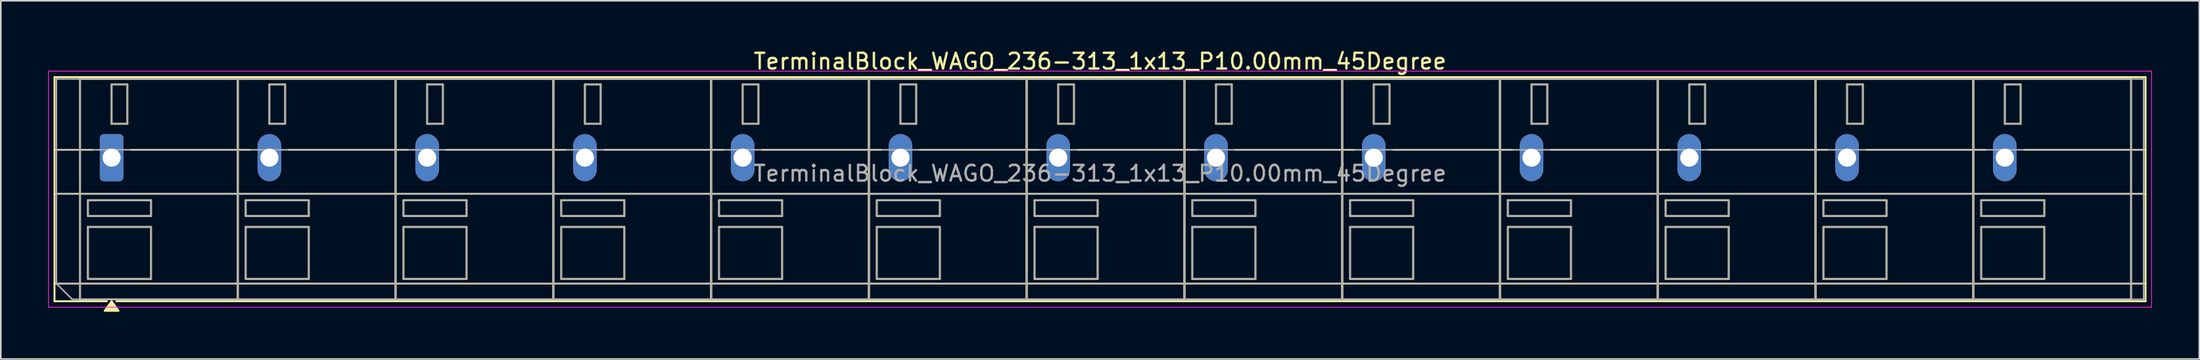
<source format=kicad_pcb>
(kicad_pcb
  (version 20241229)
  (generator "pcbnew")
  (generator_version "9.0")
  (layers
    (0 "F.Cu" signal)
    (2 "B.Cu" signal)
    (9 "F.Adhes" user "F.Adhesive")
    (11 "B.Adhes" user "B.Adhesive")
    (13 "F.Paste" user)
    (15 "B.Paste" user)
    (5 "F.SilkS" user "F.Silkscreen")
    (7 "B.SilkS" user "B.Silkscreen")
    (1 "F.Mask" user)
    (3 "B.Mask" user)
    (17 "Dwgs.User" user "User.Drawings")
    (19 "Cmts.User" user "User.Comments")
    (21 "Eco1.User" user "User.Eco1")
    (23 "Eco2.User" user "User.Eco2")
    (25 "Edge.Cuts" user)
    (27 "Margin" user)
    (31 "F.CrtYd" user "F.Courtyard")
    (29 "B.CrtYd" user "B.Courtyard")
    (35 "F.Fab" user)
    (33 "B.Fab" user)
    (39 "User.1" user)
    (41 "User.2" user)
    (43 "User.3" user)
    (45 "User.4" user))
  (footprint "TerminalBlock_WAGO_236-313_1x13_P10.00mm_45Degree"
    (layer "F.Cu")
    (at 4.025 6.968)
    (property "Reference" "TerminalBlock_WAGO_236-313_1x13_P10.00mm_45Degree" (at 62.65 -6.12 0) (layer "F.SilkS") (effects (font (size 1 1) (thickness 0.15))))
    (attr through_hole)
    (fp_line (start -3.62 -5.12) (end 128.92 -5.12) (stroke (width 0.12) (type solid)) (layer "F.SilkS"))
    (fp_line (start -3.62 -0.5) (end -1.23 -0.5) (stroke (width 0.12) (type solid)) (layer "F.SilkS"))
    (fp_line (start -3.62 2.3) (end 128.92 2.3) (stroke (width 0.12) (type solid)) (layer "F.SilkS"))
    (fp_line (start -3.62 8) (end 128.92 8) (stroke (width 0.12) (type solid)) (layer "F.SilkS"))
    (fp_line (start -3.62 9.12) (end -3.62 -5.12) (stroke (width 0.12) (type solid)) (layer "F.SilkS"))
    (fp_line (start -2 -5) (end 8 -5) (stroke (width 0.12) (type solid)) (layer "F.SilkS"))
    (fp_line (start -2 9) (end -2 -5) (stroke (width 0.12) (type solid)) (layer "F.SilkS"))
    (fp_line (start -1.5 2.7) (end 2.5 2.7) (stroke (width 0.12) (type solid)) (layer "F.SilkS"))
    (fp_line (start -1.5 3.7) (end -1.5 2.7) (stroke (width 0.12) (type solid)) (layer "F.SilkS"))
    (fp_line (start -1.5 4.4) (end 2.5 4.4) (stroke (width 0.12) (type solid)) (layer "F.SilkS"))
    (fp_line (start -1.5 7.7) (end -1.5 4.4) (stroke (width 0.12) (type solid)) (layer "F.SilkS"))
    (fp_line (start -0.3 9.12) (end -3.62 9.12) (stroke (width 0.12) (type solid)) (layer "F.SilkS"))
    (fp_line (start 0 -4.65) (end 1 -4.65) (stroke (width 0.12) (type solid)) (layer "F.SilkS"))
    (fp_line (start 0 -2.15) (end 0 -4.65) (stroke (width 0.12) (type solid)) (layer "F.SilkS"))
    (fp_line (start 1 -4.65) (end 1 -2.15) (stroke (width 0.12) (type solid)) (layer "F.SilkS"))
    (fp_line (start 1 -2.15) (end 0 -2.15) (stroke (width 0.12) (type solid)) (layer "F.SilkS"))
    (fp_line (start 1.23 -0.5) (end 8.77 -0.5) (stroke (width 0.12) (type solid)) (layer "F.SilkS"))
    (fp_line (start 2.5 2.7) (end 2.5 3.7) (stroke (width 0.12) (type solid)) (layer "F.SilkS"))
    (fp_line (start 2.5 3.7) (end -1.5 3.7) (stroke (width 0.12) (type solid)) (layer "F.SilkS"))
    (fp_line (start 2.5 4.4) (end 2.5 7.7) (stroke (width 0.12) (type solid)) (layer "F.SilkS"))
    (fp_line (start 2.5 7.7) (end -1.5 7.7) (stroke (width 0.12) (type solid)) (layer "F.SilkS"))
    (fp_line (start 8 -5) (end 8 9) (stroke (width 0.12) (type solid)) (layer "F.SilkS"))
    (fp_line (start 8 -5) (end 18 -5) (stroke (width 0.12) (type solid)) (layer "F.SilkS"))
    (fp_line (start 8 9) (end -2 9) (stroke (width 0.12) (type solid)) (layer "F.SilkS"))
    (fp_line (start 8 9) (end 8 -5) (stroke (width 0.12) (type solid)) (layer "F.SilkS"))
    (fp_line (start 8.5 2.7) (end 12.5 2.7) (stroke (width 0.12) (type solid)) (layer "F.SilkS"))
    (fp_line (start 8.5 3.7) (end 8.5 2.7) (stroke (width 0.12) (type solid)) (layer "F.SilkS"))
    (fp_line (start 8.5 4.4) (end 12.5 4.4) (stroke (width 0.12) (type solid)) (layer "F.SilkS"))
    (fp_line (start 8.5 7.7) (end 8.5 4.4) (stroke (width 0.12) (type solid)) (layer "F.SilkS"))
    (fp_line (start 10 -4.65) (end 11 -4.65) (stroke (width 0.12) (type solid)) (layer "F.SilkS"))
    (fp_line (start 10 -2.15) (end 10 -4.65) (stroke (width 0.12) (type solid)) (layer "F.SilkS"))
    (fp_line (start 11 -4.65) (end 11 -2.15) (stroke (width 0.12) (type solid)) (layer "F.SilkS"))
    (fp_line (start 11 -2.15) (end 10 -2.15) (stroke (width 0.12) (type solid)) (layer "F.SilkS"))
    (fp_line (start 11.23 -0.5) (end 18.77 -0.5) (stroke (width 0.12) (type solid)) (layer "F.SilkS"))
    (fp_line (start 12.5 2.7) (end 12.5 3.7) (stroke (width 0.12) (type solid)) (layer "F.SilkS"))
    (fp_line (start 12.5 3.7) (end 8.5 3.7) (stroke (width 0.12) (type solid)) (layer "F.SilkS"))
    (fp_line (start 12.5 4.4) (end 12.5 7.7) (stroke (width 0.12) (type solid)) (layer "F.SilkS"))
    (fp_line (start 12.5 7.7) (end 8.5 7.7) (stroke (width 0.12) (type solid)) (layer "F.SilkS"))
    (fp_line (start 18 -5) (end 18 9) (stroke (width 0.12) (type solid)) (layer "F.SilkS"))
    (fp_line (start 18 -5) (end 28 -5) (stroke (width 0.12) (type solid)) (layer "F.SilkS"))
    (fp_line (start 18 9) (end 8 9) (stroke (width 0.12) (type solid)) (layer "F.SilkS"))
    (fp_line (start 18 9) (end 18 -5) (stroke (width 0.12) (type solid)) (layer "F.SilkS"))
    (fp_line (start 18.5 2.7) (end 22.5 2.7) (stroke (width 0.12) (type solid)) (layer "F.SilkS"))
    (fp_line (start 18.5 3.7) (end 18.5 2.7) (stroke (width 0.12) (type solid)) (layer "F.SilkS"))
    (fp_line (start 18.5 4.4) (end 22.5 4.4) (stroke (width 0.12) (type solid)) (layer "F.SilkS"))
    (fp_line (start 18.5 7.7) (end 18.5 4.4) (stroke (width 0.12) (type solid)) (layer "F.SilkS"))
    (fp_line (start 20 -4.65) (end 21 -4.65) (stroke (width 0.12) (type solid)) (layer "F.SilkS"))
    (fp_line (start 20 -2.15) (end 20 -4.65) (stroke (width 0.12) (type solid)) (layer "F.SilkS"))
    (fp_line (start 21 -4.65) (end 21 -2.15) (stroke (width 0.12) (type solid)) (layer "F.SilkS"))
    (fp_line (start 21 -2.15) (end 20 -2.15) (stroke (width 0.12) (type solid)) (layer "F.SilkS"))
    (fp_line (start 21.23 -0.5) (end 28.77 -0.5) (stroke (width 0.12) (type solid)) (layer "F.SilkS"))
    (fp_line (start 22.5 2.7) (end 22.5 3.7) (stroke (width 0.12) (type solid)) (layer "F.SilkS"))
    (fp_line (start 22.5 3.7) (end 18.5 3.7) (stroke (width 0.12) (type solid)) (layer "F.SilkS"))
    (fp_line (start 22.5 4.4) (end 22.5 7.7) (stroke (width 0.12) (type solid)) (layer "F.SilkS"))
    (fp_line (start 22.5 7.7) (end 18.5 7.7) (stroke (width 0.12) (type solid)) (layer "F.SilkS"))
    (fp_line (start 28 -5) (end 28 9) (stroke (width 0.12) (type solid)) (layer "F.SilkS"))
    (fp_line (start 28 -5) (end 38 -5) (stroke (width 0.12) (type solid)) (layer "F.SilkS"))
    (fp_line (start 28 9) (end 18 9) (stroke (width 0.12) (type solid)) (layer "F.SilkS"))
    (fp_line (start 28 9) (end 28 -5) (stroke (width 0.12) (type solid)) (layer "F.SilkS"))
    (fp_line (start 28.5 2.7) (end 32.5 2.7) (stroke (width 0.12) (type solid)) (layer "F.SilkS"))
    (fp_line (start 28.5 3.7) (end 28.5 2.7) (stroke (width 0.12) (type solid)) (layer "F.SilkS"))
    (fp_line (start 28.5 4.4) (end 32.5 4.4) (stroke (width 0.12) (type solid)) (layer "F.SilkS"))
    (fp_line (start 28.5 7.7) (end 28.5 4.4) (stroke (width 0.12) (type solid)) (layer "F.SilkS"))
    (fp_line (start 30 -4.65) (end 31 -4.65) (stroke (width 0.12) (type solid)) (layer "F.SilkS"))
    (fp_line (start 30 -2.15) (end 30 -4.65) (stroke (width 0.12) (type solid)) (layer "F.SilkS"))
    (fp_line (start 31 -4.65) (end 31 -2.15) (stroke (width 0.12) (type solid)) (layer "F.SilkS"))
    (fp_line (start 31 -2.15) (end 30 -2.15) (stroke (width 0.12) (type solid)) (layer "F.SilkS"))
    (fp_line (start 31.23 -0.5) (end 38.77 -0.5) (stroke (width 0.12) (type solid)) (layer "F.SilkS"))
    (fp_line (start 32.5 2.7) (end 32.5 3.7) (stroke (width 0.12) (type solid)) (layer "F.SilkS"))
    (fp_line (start 32.5 3.7) (end 28.5 3.7) (stroke (width 0.12) (type solid)) (layer "F.SilkS"))
    (fp_line (start 32.5 4.4) (end 32.5 7.7) (stroke (width 0.12) (type solid)) (layer "F.SilkS"))
    (fp_line (start 32.5 7.7) (end 28.5 7.7) (stroke (width 0.12) (type solid)) (layer "F.SilkS"))
    (fp_line (start 38 -5) (end 38 9) (stroke (width 0.12) (type solid)) (layer "F.SilkS"))
    (fp_line (start 38 -5) (end 48 -5) (stroke (width 0.12) (type solid)) (layer "F.SilkS"))
    (fp_line (start 38 9) (end 28 9) (stroke (width 0.12) (type solid)) (layer "F.SilkS"))
    (fp_line (start 38 9) (end 38 -5) (stroke (width 0.12) (type solid)) (layer "F.SilkS"))
    (fp_line (start 38.5 2.7) (end 42.5 2.7) (stroke (width 0.12) (type solid)) (layer "F.SilkS"))
    (fp_line (start 38.5 3.7) (end 38.5 2.7) (stroke (width 0.12) (type solid)) (layer "F.SilkS"))
    (fp_line (start 38.5 4.4) (end 42.5 4.4) (stroke (width 0.12) (type solid)) (layer "F.SilkS"))
    (fp_line (start 38.5 7.7) (end 38.5 4.4) (stroke (width 0.12) (type solid)) (layer "F.SilkS"))
    (fp_line (start 40 -4.65) (end 41 -4.65) (stroke (width 0.12) (type solid)) (layer "F.SilkS"))
    (fp_line (start 40 -2.15) (end 40 -4.65) (stroke (width 0.12) (type solid)) (layer "F.SilkS"))
    (fp_line (start 41 -4.65) (end 41 -2.15) (stroke (width 0.12) (type solid)) (layer "F.SilkS"))
    (fp_line (start 41 -2.15) (end 40 -2.15) (stroke (width 0.12) (type solid)) (layer "F.SilkS"))
    (fp_line (start 41.23 -0.5) (end 48.77 -0.5) (stroke (width 0.12) (type solid)) (layer "F.SilkS"))
    (fp_line (start 42.5 2.7) (end 42.5 3.7) (stroke (width 0.12) (type solid)) (layer "F.SilkS"))
    (fp_line (start 42.5 3.7) (end 38.5 3.7) (stroke (width 0.12) (type solid)) (layer "F.SilkS"))
    (fp_line (start 42.5 4.4) (end 42.5 7.7) (stroke (width 0.12) (type solid)) (layer "F.SilkS"))
    (fp_line (start 42.5 7.7) (end 38.5 7.7) (stroke (width 0.12) (type solid)) (layer "F.SilkS"))
    (fp_line (start 48 -5) (end 48 9) (stroke (width 0.12) (type solid)) (layer "F.SilkS"))
    (fp_line (start 48 -5) (end 58 -5) (stroke (width 0.12) (type solid)) (layer "F.SilkS"))
    (fp_line (start 48 9) (end 38 9) (stroke (width 0.12) (type solid)) (layer "F.SilkS"))
    (fp_line (start 48 9) (end 48 -5) (stroke (width 0.12) (type solid)) (layer "F.SilkS"))
    (fp_line (start 48.5 2.7) (end 52.5 2.7) (stroke (width 0.12) (type solid)) (layer "F.SilkS"))
    (fp_line (start 48.5 3.7) (end 48.5 2.7) (stroke (width 0.12) (type solid)) (layer "F.SilkS"))
    (fp_line (start 48.5 4.4) (end 52.5 4.4) (stroke (width 0.12) (type solid)) (layer "F.SilkS"))
    (fp_line (start 48.5 7.7) (end 48.5 4.4) (stroke (width 0.12) (type solid)) (layer "F.SilkS"))
    (fp_line (start 50 -4.65) (end 51 -4.65) (stroke (width 0.12) (type solid)) (layer "F.SilkS"))
    (fp_line (start 50 -2.15) (end 50 -4.65) (stroke (width 0.12) (type solid)) (layer "F.SilkS"))
    (fp_line (start 51 -4.65) (end 51 -2.15) (stroke (width 0.12) (type solid)) (layer "F.SilkS"))
    (fp_line (start 51 -2.15) (end 50 -2.15) (stroke (width 0.12) (type solid)) (layer "F.SilkS"))
    (fp_line (start 51.23 -0.5) (end 58.77 -0.5) (stroke (width 0.12) (type solid)) (layer "F.SilkS"))
    (fp_line (start 52.5 2.7) (end 52.5 3.7) (stroke (width 0.12) (type solid)) (layer "F.SilkS"))
    (fp_line (start 52.5 3.7) (end 48.5 3.7) (stroke (width 0.12) (type solid)) (layer "F.SilkS"))
    (fp_line (start 52.5 4.4) (end 52.5 7.7) (stroke (width 0.12) (type solid)) (layer "F.SilkS"))
    (fp_line (start 52.5 7.7) (end 48.5 7.7) (stroke (width 0.12) (type solid)) (layer "F.SilkS"))
    (fp_line (start 58 -5) (end 58 9) (stroke (width 0.12) (type solid)) (layer "F.SilkS"))
    (fp_line (start 58 -5) (end 68 -5) (stroke (width 0.12) (type solid)) (layer "F.SilkS"))
    (fp_line (start 58 9) (end 48 9) (stroke (width 0.12) (type solid)) (layer "F.SilkS"))
    (fp_line (start 58 9) (end 58 -5) (stroke (width 0.12) (type solid)) (layer "F.SilkS"))
    (fp_line (start 58.5 2.7) (end 62.5 2.7) (stroke (width 0.12) (type solid)) (layer "F.SilkS"))
    (fp_line (start 58.5 3.7) (end 58.5 2.7) (stroke (width 0.12) (type solid)) (layer "F.SilkS"))
    (fp_line (start 58.5 4.4) (end 62.5 4.4) (stroke (width 0.12) (type solid)) (layer "F.SilkS"))
    (fp_line (start 58.5 7.7) (end 58.5 4.4) (stroke (width 0.12) (type solid)) (layer "F.SilkS"))
    (fp_line (start 60 -4.65) (end 61 -4.65) (stroke (width 0.12) (type solid)) (layer "F.SilkS"))
    (fp_line (start 60 -2.15) (end 60 -4.65) (stroke (width 0.12) (type solid)) (layer "F.SilkS"))
    (fp_line (start 61 -4.65) (end 61 -2.15) (stroke (width 0.12) (type solid)) (layer "F.SilkS"))
    (fp_line (start 61 -2.15) (end 60 -2.15) (stroke (width 0.12) (type solid)) (layer "F.SilkS"))
    (fp_line (start 61.23 -0.5) (end 68.77 -0.5) (stroke (width 0.12) (type solid)) (layer "F.SilkS"))
    (fp_line (start 62.5 2.7) (end 62.5 3.7) (stroke (width 0.12) (type solid)) (layer "F.SilkS"))
    (fp_line (start 62.5 3.7) (end 58.5 3.7) (stroke (width 0.12) (type solid)) (layer "F.SilkS"))
    (fp_line (start 62.5 4.4) (end 62.5 7.7) (stroke (width 0.12) (type solid)) (layer "F.SilkS"))
    (fp_line (start 62.5 7.7) (end 58.5 7.7) (stroke (width 0.12) (type solid)) (layer "F.SilkS"))
    (fp_line (start 68 -5) (end 68 9) (stroke (width 0.12) (type solid)) (layer "F.SilkS"))
    (fp_line (start 68 -5) (end 78 -5) (stroke (width 0.12) (type solid)) (layer "F.SilkS"))
    (fp_line (start 68 9) (end 58 9) (stroke (width 0.12) (type solid)) (layer "F.SilkS"))
    (fp_line (start 68 9) (end 68 -5) (stroke (width 0.12) (type solid)) (layer "F.SilkS"))
    (fp_line (start 68.5 2.7) (end 72.5 2.7) (stroke (width 0.12) (type solid)) (layer "F.SilkS"))
    (fp_line (start 68.5 3.7) (end 68.5 2.7) (stroke (width 0.12) (type solid)) (layer "F.SilkS"))
    (fp_line (start 68.5 4.4) (end 72.5 4.4) (stroke (width 0.12) (type solid)) (layer "F.SilkS"))
    (fp_line (start 68.5 7.7) (end 68.5 4.4) (stroke (width 0.12) (type solid)) (layer "F.SilkS"))
    (fp_line (start 70 -4.65) (end 71 -4.65) (stroke (width 0.12) (type solid)) (layer "F.SilkS"))
    (fp_line (start 70 -2.15) (end 70 -4.65) (stroke (width 0.12) (type solid)) (layer "F.SilkS"))
    (fp_line (start 71 -4.65) (end 71 -2.15) (stroke (width 0.12) (type solid)) (layer "F.SilkS"))
    (fp_line (start 71 -2.15) (end 70 -2.15) (stroke (width 0.12) (type solid)) (layer "F.SilkS"))
    (fp_line (start 71.23 -0.5) (end 78.77 -0.5) (stroke (width 0.12) (type solid)) (layer "F.SilkS"))
    (fp_line (start 72.5 2.7) (end 72.5 3.7) (stroke (width 0.12) (type solid)) (layer "F.SilkS"))
    (fp_line (start 72.5 3.7) (end 68.5 3.7) (stroke (width 0.12) (type solid)) (layer "F.SilkS"))
    (fp_line (start 72.5 4.4) (end 72.5 7.7) (stroke (width 0.12) (type solid)) (layer "F.SilkS"))
    (fp_line (start 72.5 7.7) (end 68.5 7.7) (stroke (width 0.12) (type solid)) (layer "F.SilkS"))
    (fp_line (start 78 -5) (end 78 9) (stroke (width 0.12) (type solid)) (layer "F.SilkS"))
    (fp_line (start 78 -5) (end 88 -5) (stroke (width 0.12) (type solid)) (layer "F.SilkS"))
    (fp_line (start 78 9) (end 68 9) (stroke (width 0.12) (type solid)) (layer "F.SilkS"))
    (fp_line (start 78 9) (end 78 -5) (stroke (width 0.12) (type solid)) (layer "F.SilkS"))
    (fp_line (start 78.5 2.7) (end 82.5 2.7) (stroke (width 0.12) (type solid)) (layer "F.SilkS"))
    (fp_line (start 78.5 3.7) (end 78.5 2.7) (stroke (width 0.12) (type solid)) (layer "F.SilkS"))
    (fp_line (start 78.5 4.4) (end 82.5 4.4) (stroke (width 0.12) (type solid)) (layer "F.SilkS"))
    (fp_line (start 78.5 7.7) (end 78.5 4.4) (stroke (width 0.12) (type solid)) (layer "F.SilkS"))
    (fp_line (start 80 -4.65) (end 81 -4.65) (stroke (width 0.12) (type solid)) (layer "F.SilkS"))
    (fp_line (start 80 -2.15) (end 80 -4.65) (stroke (width 0.12) (type solid)) (layer "F.SilkS"))
    (fp_line (start 81 -4.65) (end 81 -2.15) (stroke (width 0.12) (type solid)) (layer "F.SilkS"))
    (fp_line (start 81 -2.15) (end 80 -2.15) (stroke (width 0.12) (type solid)) (layer "F.SilkS"))
    (fp_line (start 81.23 -0.5) (end 88.77 -0.5) (stroke (width 0.12) (type solid)) (layer "F.SilkS"))
    (fp_line (start 82.5 2.7) (end 82.5 3.7) (stroke (width 0.12) (type solid)) (layer "F.SilkS"))
    (fp_line (start 82.5 3.7) (end 78.5 3.7) (stroke (width 0.12) (type solid)) (layer "F.SilkS"))
    (fp_line (start 82.5 4.4) (end 82.5 7.7) (stroke (width 0.12) (type solid)) (layer "F.SilkS"))
    (fp_line (start 82.5 7.7) (end 78.5 7.7) (stroke (width 0.12) (type solid)) (layer "F.SilkS"))
    (fp_line (start 88 -5) (end 88 9) (stroke (width 0.12) (type solid)) (layer "F.SilkS"))
    (fp_line (start 88 -5) (end 98 -5) (stroke (width 0.12) (type solid)) (layer "F.SilkS"))
    (fp_line (start 88 9) (end 78 9) (stroke (width 0.12) (type solid)) (layer "F.SilkS"))
    (fp_line (start 88 9) (end 88 -5) (stroke (width 0.12) (type solid)) (layer "F.SilkS"))
    (fp_line (start 88.5 2.7) (end 92.5 2.7) (stroke (width 0.12) (type solid)) (layer "F.SilkS"))
    (fp_line (start 88.5 3.7) (end 88.5 2.7) (stroke (width 0.12) (type solid)) (layer "F.SilkS"))
    (fp_line (start 88.5 4.4) (end 92.5 4.4) (stroke (width 0.12) (type solid)) (layer "F.SilkS"))
    (fp_line (start 88.5 7.7) (end 88.5 4.4) (stroke (width 0.12) (type solid)) (layer "F.SilkS"))
    (fp_line (start 90 -4.65) (end 91 -4.65) (stroke (width 0.12) (type solid)) (layer "F.SilkS"))
    (fp_line (start 90 -2.15) (end 90 -4.65) (stroke (width 0.12) (type solid)) (layer "F.SilkS"))
    (fp_line (start 91 -4.65) (end 91 -2.15) (stroke (width 0.12) (type solid)) (layer "F.SilkS"))
    (fp_line (start 91 -2.15) (end 90 -2.15) (stroke (width 0.12) (type solid)) (layer "F.SilkS"))
    (fp_line (start 91.23 -0.5) (end 98.77 -0.5) (stroke (width 0.12) (type solid)) (layer "F.SilkS"))
    (fp_line (start 92.5 2.7) (end 92.5 3.7) (stroke (width 0.12) (type solid)) (layer "F.SilkS"))
    (fp_line (start 92.5 3.7) (end 88.5 3.7) (stroke (width 0.12) (type solid)) (layer "F.SilkS"))
    (fp_line (start 92.5 4.4) (end 92.5 7.7) (stroke (width 0.12) (type solid)) (layer "F.SilkS"))
    (fp_line (start 92.5 7.7) (end 88.5 7.7) (stroke (width 0.12) (type solid)) (layer "F.SilkS"))
    (fp_line (start 98 -5) (end 98 9) (stroke (width 0.12) (type solid)) (layer "F.SilkS"))
    (fp_line (start 98 -5) (end 108 -5) (stroke (width 0.12) (type solid)) (layer "F.SilkS"))
    (fp_line (start 98 9) (end 88 9) (stroke (width 0.12) (type solid)) (layer "F.SilkS"))
    (fp_line (start 98 9) (end 98 -5) (stroke (width 0.12) (type solid)) (layer "F.SilkS"))
    (fp_line (start 98.5 2.7) (end 102.5 2.7) (stroke (width 0.12) (type solid)) (layer "F.SilkS"))
    (fp_line (start 98.5 3.7) (end 98.5 2.7) (stroke (width 0.12) (type solid)) (layer "F.SilkS"))
    (fp_line (start 98.5 4.4) (end 102.5 4.4) (stroke (width 0.12) (type solid)) (layer "F.SilkS"))
    (fp_line (start 98.5 7.7) (end 98.5 4.4) (stroke (width 0.12) (type solid)) (layer "F.SilkS"))
    (fp_line (start 100 -4.65) (end 101 -4.65) (stroke (width 0.12) (type solid)) (layer "F.SilkS"))
    (fp_line (start 100 -2.15) (end 100 -4.65) (stroke (width 0.12) (type solid)) (layer "F.SilkS"))
    (fp_line (start 101 -4.65) (end 101 -2.15) (stroke (width 0.12) (type solid)) (layer "F.SilkS"))
    (fp_line (start 101 -2.15) (end 100 -2.15) (stroke (width 0.12) (type solid)) (layer "F.SilkS"))
    (fp_line (start 101.23 -0.5) (end 108.77 -0.5) (stroke (width 0.12) (type solid)) (layer "F.SilkS"))
    (fp_line (start 102.5 2.7) (end 102.5 3.7) (stroke (width 0.12) (type solid)) (layer "F.SilkS"))
    (fp_line (start 102.5 3.7) (end 98.5 3.7) (stroke (width 0.12) (type solid)) (layer "F.SilkS"))
    (fp_line (start 102.5 4.4) (end 102.5 7.7) (stroke (width 0.12) (type solid)) (layer "F.SilkS"))
    (fp_line (start 102.5 7.7) (end 98.5 7.7) (stroke (width 0.12) (type solid)) (layer "F.SilkS"))
    (fp_line (start 108 -5) (end 108 9) (stroke (width 0.12) (type solid)) (layer "F.SilkS"))
    (fp_line (start 108 -5) (end 118 -5) (stroke (width 0.12) (type solid)) (layer "F.SilkS"))
    (fp_line (start 108 9) (end 98 9) (stroke (width 0.12) (type solid)) (layer "F.SilkS"))
    (fp_line (start 108 9) (end 108 -5) (stroke (width 0.12) (type solid)) (layer "F.SilkS"))
    (fp_line (start 108.5 2.7) (end 112.5 2.7) (stroke (width 0.12) (type solid)) (layer "F.SilkS"))
    (fp_line (start 108.5 3.7) (end 108.5 2.7) (stroke (width 0.12) (type solid)) (layer "F.SilkS"))
    (fp_line (start 108.5 4.4) (end 112.5 4.4) (stroke (width 0.12) (type solid)) (layer "F.SilkS"))
    (fp_line (start 108.5 7.7) (end 108.5 4.4) (stroke (width 0.12) (type solid)) (layer "F.SilkS"))
    (fp_line (start 110 -4.65) (end 111 -4.65) (stroke (width 0.12) (type solid)) (layer "F.SilkS"))
    (fp_line (start 110 -2.15) (end 110 -4.65) (stroke (width 0.12) (type solid)) (layer "F.SilkS"))
    (fp_line (start 111 -4.65) (end 111 -2.15) (stroke (width 0.12) (type solid)) (layer "F.SilkS"))
    (fp_line (start 111 -2.15) (end 110 -2.15) (stroke (width 0.12) (type solid)) (layer "F.SilkS"))
    (fp_line (start 111.23 -0.5) (end 118.77 -0.5) (stroke (width 0.12) (type solid)) (layer "F.SilkS"))
    (fp_line (start 112.5 2.7) (end 112.5 3.7) (stroke (width 0.12) (type solid)) (layer "F.SilkS"))
    (fp_line (start 112.5 3.7) (end 108.5 3.7) (stroke (width 0.12) (type solid)) (layer "F.SilkS"))
    (fp_line (start 112.5 4.4) (end 112.5 7.7) (stroke (width 0.12) (type solid)) (layer "F.SilkS"))
    (fp_line (start 112.5 7.7) (end 108.5 7.7) (stroke (width 0.12) (type solid)) (layer "F.SilkS"))
    (fp_line (start 118 -5) (end 118 9) (stroke (width 0.12) (type solid)) (layer "F.SilkS"))
    (fp_line (start 118 -5) (end 128 -5) (stroke (width 0.12) (type solid)) (layer "F.SilkS"))
    (fp_line (start 118 9) (end 108 9) (stroke (width 0.12) (type solid)) (layer "F.SilkS"))
    (fp_line (start 118 9) (end 118 -5) (stroke (width 0.12) (type solid)) (layer "F.SilkS"))
    (fp_line (start 118.5 2.7) (end 122.5 2.7) (stroke (width 0.12) (type solid)) (layer "F.SilkS"))
    (fp_line (start 118.5 3.7) (end 118.5 2.7) (stroke (width 0.12) (type solid)) (layer "F.SilkS"))
    (fp_line (start 118.5 4.4) (end 122.5 4.4) (stroke (width 0.12) (type solid)) (layer "F.SilkS"))
    (fp_line (start 118.5 7.7) (end 118.5 4.4) (stroke (width 0.12) (type solid)) (layer "F.SilkS"))
    (fp_line (start 120 -4.65) (end 121 -4.65) (stroke (width 0.12) (type solid)) (layer "F.SilkS"))
    (fp_line (start 120 -2.15) (end 120 -4.65) (stroke (width 0.12) (type solid)) (layer "F.SilkS"))
    (fp_line (start 121 -4.65) (end 121 -2.15) (stroke (width 0.12) (type solid)) (layer "F.SilkS"))
    (fp_line (start 121 -2.15) (end 120 -2.15) (stroke (width 0.12) (type solid)) (layer "F.SilkS"))
    (fp_line (start 121.23 -0.5) (end 128.92 -0.5) (stroke (width 0.12) (type solid)) (layer "F.SilkS"))
    (fp_line (start 122.5 2.7) (end 122.5 3.7) (stroke (width 0.12) (type solid)) (layer "F.SilkS"))
    (fp_line (start 122.5 3.7) (end 118.5 3.7) (stroke (width 0.12) (type solid)) (layer "F.SilkS"))
    (fp_line (start 122.5 4.4) (end 122.5 7.7) (stroke (width 0.12) (type solid)) (layer "F.SilkS"))
    (fp_line (start 122.5 7.7) (end 118.5 7.7) (stroke (width 0.12) (type solid)) (layer "F.SilkS"))
    (fp_line (start 128 -5) (end 128 9) (stroke (width 0.12) (type solid)) (layer "F.SilkS"))
    (fp_line (start 128 9) (end 118 9) (stroke (width 0.12) (type solid)) (layer "F.SilkS"))
    (fp_line (start 128.92 -5.12) (end 128.92 9.12) (stroke (width 0.12) (type solid)) (layer "F.SilkS"))
    (fp_line (start 128.92 9.12) (end 0.3 9.12) (stroke (width 0.12) (type solid)) (layer "F.SilkS"))
    (fp_poly (pts (xy 0 9.12) (xy 0.44 9.73) (xy -0.44 9.73)) (stroke (width 0.12) (type solid)) (fill yes) (layer "F.SilkS"))
    (fp_line (start -4 -5.5) (end -4 9.5) (stroke (width 0.05) (type solid)) (layer "F.CrtYd"))
    (fp_line (start -4 9.5) (end 129.3 9.5) (stroke (width 0.05) (type solid)) (layer "F.CrtYd"))
    (fp_line (start 129.3 -5.5) (end -4 -5.5) (stroke (width 0.05) (type solid)) (layer "F.CrtYd"))
    (fp_line (start 129.3 9.5) (end 129.3 -5.5) (stroke (width 0.05) (type solid)) (layer "F.CrtYd"))
    (fp_line (start -3.5 -5) (end 128.8 -5) (stroke (width 0.1) (type solid)) (layer "F.Fab"))
    (fp_line (start -3.5 -0.5) (end 128.8 -0.5) (stroke (width 0.1) (type solid)) (layer "F.Fab"))
    (fp_line (start -3.5 2.3) (end 128.8 2.3) (stroke (width 0.1) (type solid)) (layer "F.Fab"))
    (fp_line (start -3.5 8) (end -3.5 -5) (stroke (width 0.1) (type solid)) (layer "F.Fab"))
    (fp_line (start -3.5 8) (end 128.8 8) (stroke (width 0.1) (type solid)) (layer "F.Fab"))
    (fp_line (start -2.5 9) (end -3.5 8) (stroke (width 0.1) (type solid)) (layer "F.Fab"))
    (fp_line (start -2 -5) (end -2 9) (stroke (width 0.1) (type solid)) (layer "F.Fab"))
    (fp_line (start -2 9) (end 8 9) (stroke (width 0.1) (type solid)) (layer "F.Fab"))
    (fp_line (start -1.5 2.7) (end -1.5 3.7) (stroke (width 0.1) (type solid)) (layer "F.Fab"))
    (fp_line (start -1.5 3.7) (end 2.5 3.7) (stroke (width 0.1) (type solid)) (layer "F.Fab"))
    (fp_line (start -1.5 4.4) (end -1.5 7.7) (stroke (width 0.1) (type solid)) (layer "F.Fab"))
    (fp_line (start -1.5 7.7) (end 2.5 7.7) (stroke (width 0.1) (type solid)) (layer "F.Fab"))
    (fp_line (start 0 -4.65) (end 0 -2.15) (stroke (width 0.1) (type solid)) (layer "F.Fab"))
    (fp_line (start 0 -2.15) (end 1 -2.15) (stroke (width 0.1) (type solid)) (layer "F.Fab"))
    (fp_line (start 1 -4.65) (end 0 -4.65) (stroke (width 0.1) (type solid)) (layer "F.Fab"))
    (fp_line (start 1 -2.15) (end 1 -4.65) (stroke (width 0.1) (type solid)) (layer "F.Fab"))
    (fp_line (start 2.5 2.7) (end -1.5 2.7) (stroke (width 0.1) (type solid)) (layer "F.Fab"))
    (fp_line (start 2.5 3.7) (end 2.5 2.7) (stroke (width 0.1) (type solid)) (layer "F.Fab"))
    (fp_line (start 2.5 4.4) (end -1.5 4.4) (stroke (width 0.1) (type solid)) (layer "F.Fab"))
    (fp_line (start 2.5 7.7) (end 2.5 4.4) (stroke (width 0.1) (type solid)) (layer "F.Fab"))
    (fp_line (start 8 -5) (end -2 -5) (stroke (width 0.1) (type solid)) (layer "F.Fab"))
    (fp_line (start 8 -5) (end 8 9) (stroke (width 0.1) (type solid)) (layer "F.Fab"))
    (fp_line (start 8 9) (end 8 -5) (stroke (width 0.1) (type solid)) (layer "F.Fab"))
    (fp_line (start 8 9) (end 18 9) (stroke (width 0.1) (type solid)) (layer "F.Fab"))
    (fp_line (start 8.5 2.7) (end 8.5 3.7) (stroke (width 0.1) (type solid)) (layer "F.Fab"))
    (fp_line (start 8.5 3.7) (end 12.5 3.7) (stroke (width 0.1) (type solid)) (layer "F.Fab"))
    (fp_line (start 8.5 4.4) (end 8.5 7.7) (stroke (width 0.1) (type solid)) (layer "F.Fab"))
    (fp_line (start 8.5 7.7) (end 12.5 7.7) (stroke (width 0.1) (type solid)) (layer "F.Fab"))
    (fp_line (start 10 -4.65) (end 10 -2.15) (stroke (width 0.1) (type solid)) (layer "F.Fab"))
    (fp_line (start 10 -2.15) (end 11 -2.15) (stroke (width 0.1) (type solid)) (layer "F.Fab"))
    (fp_line (start 11 -4.65) (end 10 -4.65) (stroke (width 0.1) (type solid)) (layer "F.Fab"))
    (fp_line (start 11 -2.15) (end 11 -4.65) (stroke (width 0.1) (type solid)) (layer "F.Fab"))
    (fp_line (start 12.5 2.7) (end 8.5 2.7) (stroke (width 0.1) (type solid)) (layer "F.Fab"))
    (fp_line (start 12.5 3.7) (end 12.5 2.7) (stroke (width 0.1) (type solid)) (layer "F.Fab"))
    (fp_line (start 12.5 4.4) (end 8.5 4.4) (stroke (width 0.1) (type solid)) (layer "F.Fab"))
    (fp_line (start 12.5 7.7) (end 12.5 4.4) (stroke (width 0.1) (type solid)) (layer "F.Fab"))
    (fp_line (start 18 -5) (end 8 -5) (stroke (width 0.1) (type solid)) (layer "F.Fab"))
    (fp_line (start 18 -5) (end 18 9) (stroke (width 0.1) (type solid)) (layer "F.Fab"))
    (fp_line (start 18 9) (end 18 -5) (stroke (width 0.1) (type solid)) (layer "F.Fab"))
    (fp_line (start 18 9) (end 28 9) (stroke (width 0.1) (type solid)) (layer "F.Fab"))
    (fp_line (start 18.5 2.7) (end 18.5 3.7) (stroke (width 0.1) (type solid)) (layer "F.Fab"))
    (fp_line (start 18.5 3.7) (end 22.5 3.7) (stroke (width 0.1) (type solid)) (layer "F.Fab"))
    (fp_line (start 18.5 4.4) (end 18.5 7.7) (stroke (width 0.1) (type solid)) (layer "F.Fab"))
    (fp_line (start 18.5 7.7) (end 22.5 7.7) (stroke (width 0.1) (type solid)) (layer "F.Fab"))
    (fp_line (start 20 -4.65) (end 20 -2.15) (stroke (width 0.1) (type solid)) (layer "F.Fab"))
    (fp_line (start 20 -2.15) (end 21 -2.15) (stroke (width 0.1) (type solid)) (layer "F.Fab"))
    (fp_line (start 21 -4.65) (end 20 -4.65) (stroke (width 0.1) (type solid)) (layer "F.Fab"))
    (fp_line (start 21 -2.15) (end 21 -4.65) (stroke (width 0.1) (type solid)) (layer "F.Fab"))
    (fp_line (start 22.5 2.7) (end 18.5 2.7) (stroke (width 0.1) (type solid)) (layer "F.Fab"))
    (fp_line (start 22.5 3.7) (end 22.5 2.7) (stroke (width 0.1) (type solid)) (layer "F.Fab"))
    (fp_line (start 22.5 4.4) (end 18.5 4.4) (stroke (width 0.1) (type solid)) (layer "F.Fab"))
    (fp_line (start 22.5 7.7) (end 22.5 4.4) (stroke (width 0.1) (type solid)) (layer "F.Fab"))
    (fp_line (start 28 -5) (end 18 -5) (stroke (width 0.1) (type solid)) (layer "F.Fab"))
    (fp_line (start 28 -5) (end 28 9) (stroke (width 0.1) (type solid)) (layer "F.Fab"))
    (fp_line (start 28 9) (end 28 -5) (stroke (width 0.1) (type solid)) (layer "F.Fab"))
    (fp_line (start 28 9) (end 38 9) (stroke (width 0.1) (type solid)) (layer "F.Fab"))
    (fp_line (start 28.5 2.7) (end 28.5 3.7) (stroke (width 0.1) (type solid)) (layer "F.Fab"))
    (fp_line (start 28.5 3.7) (end 32.5 3.7) (stroke (width 0.1) (type solid)) (layer "F.Fab"))
    (fp_line (start 28.5 4.4) (end 28.5 7.7) (stroke (width 0.1) (type solid)) (layer "F.Fab"))
    (fp_line (start 28.5 7.7) (end 32.5 7.7) (stroke (width 0.1) (type solid)) (layer "F.Fab"))
    (fp_line (start 30 -4.65) (end 30 -2.15) (stroke (width 0.1) (type solid)) (layer "F.Fab"))
    (fp_line (start 30 -2.15) (end 31 -2.15) (stroke (width 0.1) (type solid)) (layer "F.Fab"))
    (fp_line (start 31 -4.65) (end 30 -4.65) (stroke (width 0.1) (type solid)) (layer "F.Fab"))
    (fp_line (start 31 -2.15) (end 31 -4.65) (stroke (width 0.1) (type solid)) (layer "F.Fab"))
    (fp_line (start 32.5 2.7) (end 28.5 2.7) (stroke (width 0.1) (type solid)) (layer "F.Fab"))
    (fp_line (start 32.5 3.7) (end 32.5 2.7) (stroke (width 0.1) (type solid)) (layer "F.Fab"))
    (fp_line (start 32.5 4.4) (end 28.5 4.4) (stroke (width 0.1) (type solid)) (layer "F.Fab"))
    (fp_line (start 32.5 7.7) (end 32.5 4.4) (stroke (width 0.1) (type solid)) (layer "F.Fab"))
    (fp_line (start 38 -5) (end 28 -5) (stroke (width 0.1) (type solid)) (layer "F.Fab"))
    (fp_line (start 38 -5) (end 38 9) (stroke (width 0.1) (type solid)) (layer "F.Fab"))
    (fp_line (start 38 9) (end 38 -5) (stroke (width 0.1) (type solid)) (layer "F.Fab"))
    (fp_line (start 38 9) (end 48 9) (stroke (width 0.1) (type solid)) (layer "F.Fab"))
    (fp_line (start 38.5 2.7) (end 38.5 3.7) (stroke (width 0.1) (type solid)) (layer "F.Fab"))
    (fp_line (start 38.5 3.7) (end 42.5 3.7) (stroke (width 0.1) (type solid)) (layer "F.Fab"))
    (fp_line (start 38.5 4.4) (end 38.5 7.7) (stroke (width 0.1) (type solid)) (layer "F.Fab"))
    (fp_line (start 38.5 7.7) (end 42.5 7.7) (stroke (width 0.1) (type solid)) (layer "F.Fab"))
    (fp_line (start 40 -4.65) (end 40 -2.15) (stroke (width 0.1) (type solid)) (layer "F.Fab"))
    (fp_line (start 40 -2.15) (end 41 -2.15) (stroke (width 0.1) (type solid)) (layer "F.Fab"))
    (fp_line (start 41 -4.65) (end 40 -4.65) (stroke (width 0.1) (type solid)) (layer "F.Fab"))
    (fp_line (start 41 -2.15) (end 41 -4.65) (stroke (width 0.1) (type solid)) (layer "F.Fab"))
    (fp_line (start 42.5 2.7) (end 38.5 2.7) (stroke (width 0.1) (type solid)) (layer "F.Fab"))
    (fp_line (start 42.5 3.7) (end 42.5 2.7) (stroke (width 0.1) (type solid)) (layer "F.Fab"))
    (fp_line (start 42.5 4.4) (end 38.5 4.4) (stroke (width 0.1) (type solid)) (layer "F.Fab"))
    (fp_line (start 42.5 7.7) (end 42.5 4.4) (stroke (width 0.1) (type solid)) (layer "F.Fab"))
    (fp_line (start 48 -5) (end 38 -5) (stroke (width 0.1) (type solid)) (layer "F.Fab"))
    (fp_line (start 48 -5) (end 48 9) (stroke (width 0.1) (type solid)) (layer "F.Fab"))
    (fp_line (start 48 9) (end 48 -5) (stroke (width 0.1) (type solid)) (layer "F.Fab"))
    (fp_line (start 48 9) (end 58 9) (stroke (width 0.1) (type solid)) (layer "F.Fab"))
    (fp_line (start 48.5 2.7) (end 48.5 3.7) (stroke (width 0.1) (type solid)) (layer "F.Fab"))
    (fp_line (start 48.5 3.7) (end 52.5 3.7) (stroke (width 0.1) (type solid)) (layer "F.Fab"))
    (fp_line (start 48.5 4.4) (end 48.5 7.7) (stroke (width 0.1) (type solid)) (layer "F.Fab"))
    (fp_line (start 48.5 7.7) (end 52.5 7.7) (stroke (width 0.1) (type solid)) (layer "F.Fab"))
    (fp_line (start 50 -4.65) (end 50 -2.15) (stroke (width 0.1) (type solid)) (layer "F.Fab"))
    (fp_line (start 50 -2.15) (end 51 -2.15) (stroke (width 0.1) (type solid)) (layer "F.Fab"))
    (fp_line (start 51 -4.65) (end 50 -4.65) (stroke (width 0.1) (type solid)) (layer "F.Fab"))
    (fp_line (start 51 -2.15) (end 51 -4.65) (stroke (width 0.1) (type solid)) (layer "F.Fab"))
    (fp_line (start 52.5 2.7) (end 48.5 2.7) (stroke (width 0.1) (type solid)) (layer "F.Fab"))
    (fp_line (start 52.5 3.7) (end 52.5 2.7) (stroke (width 0.1) (type solid)) (layer "F.Fab"))
    (fp_line (start 52.5 4.4) (end 48.5 4.4) (stroke (width 0.1) (type solid)) (layer "F.Fab"))
    (fp_line (start 52.5 7.7) (end 52.5 4.4) (stroke (width 0.1) (type solid)) (layer "F.Fab"))
    (fp_line (start 58 -5) (end 48 -5) (stroke (width 0.1) (type solid)) (layer "F.Fab"))
    (fp_line (start 58 -5) (end 58 9) (stroke (width 0.1) (type solid)) (layer "F.Fab"))
    (fp_line (start 58 9) (end 58 -5) (stroke (width 0.1) (type solid)) (layer "F.Fab"))
    (fp_line (start 58 9) (end 68 9) (stroke (width 0.1) (type solid)) (layer "F.Fab"))
    (fp_line (start 58.5 2.7) (end 58.5 3.7) (stroke (width 0.1) (type solid)) (layer "F.Fab"))
    (fp_line (start 58.5 3.7) (end 62.5 3.7) (stroke (width 0.1) (type solid)) (layer "F.Fab"))
    (fp_line (start 58.5 4.4) (end 58.5 7.7) (stroke (width 0.1) (type solid)) (layer "F.Fab"))
    (fp_line (start 58.5 7.7) (end 62.5 7.7) (stroke (width 0.1) (type solid)) (layer "F.Fab"))
    (fp_line (start 60 -4.65) (end 60 -2.15) (stroke (width 0.1) (type solid)) (layer "F.Fab"))
    (fp_line (start 60 -2.15) (end 61 -2.15) (stroke (width 0.1) (type solid)) (layer "F.Fab"))
    (fp_line (start 61 -4.65) (end 60 -4.65) (stroke (width 0.1) (type solid)) (layer "F.Fab"))
    (fp_line (start 61 -2.15) (end 61 -4.65) (stroke (width 0.1) (type solid)) (layer "F.Fab"))
    (fp_line (start 62.5 2.7) (end 58.5 2.7) (stroke (width 0.1) (type solid)) (layer "F.Fab"))
    (fp_line (start 62.5 3.7) (end 62.5 2.7) (stroke (width 0.1) (type solid)) (layer "F.Fab"))
    (fp_line (start 62.5 4.4) (end 58.5 4.4) (stroke (width 0.1) (type solid)) (layer "F.Fab"))
    (fp_line (start 62.5 7.7) (end 62.5 4.4) (stroke (width 0.1) (type solid)) (layer "F.Fab"))
    (fp_line (start 68 -5) (end 58 -5) (stroke (width 0.1) (type solid)) (layer "F.Fab"))
    (fp_line (start 68 -5) (end 68 9) (stroke (width 0.1) (type solid)) (layer "F.Fab"))
    (fp_line (start 68 9) (end 68 -5) (stroke (width 0.1) (type solid)) (layer "F.Fab"))
    (fp_line (start 68 9) (end 78 9) (stroke (width 0.1) (type solid)) (layer "F.Fab"))
    (fp_line (start 68.5 2.7) (end 68.5 3.7) (stroke (width 0.1) (type solid)) (layer "F.Fab"))
    (fp_line (start 68.5 3.7) (end 72.5 3.7) (stroke (width 0.1) (type solid)) (layer "F.Fab"))
    (fp_line (start 68.5 4.4) (end 68.5 7.7) (stroke (width 0.1) (type solid)) (layer "F.Fab"))
    (fp_line (start 68.5 7.7) (end 72.5 7.7) (stroke (width 0.1) (type solid)) (layer "F.Fab"))
    (fp_line (start 70 -4.65) (end 70 -2.15) (stroke (width 0.1) (type solid)) (layer "F.Fab"))
    (fp_line (start 70 -2.15) (end 71 -2.15) (stroke (width 0.1) (type solid)) (layer "F.Fab"))
    (fp_line (start 71 -4.65) (end 70 -4.65) (stroke (width 0.1) (type solid)) (layer "F.Fab"))
    (fp_line (start 71 -2.15) (end 71 -4.65) (stroke (width 0.1) (type solid)) (layer "F.Fab"))
    (fp_line (start 72.5 2.7) (end 68.5 2.7) (stroke (width 0.1) (type solid)) (layer "F.Fab"))
    (fp_line (start 72.5 3.7) (end 72.5 2.7) (stroke (width 0.1) (type solid)) (layer "F.Fab"))
    (fp_line (start 72.5 4.4) (end 68.5 4.4) (stroke (width 0.1) (type solid)) (layer "F.Fab"))
    (fp_line (start 72.5 7.7) (end 72.5 4.4) (stroke (width 0.1) (type solid)) (layer "F.Fab"))
    (fp_line (start 78 -5) (end 68 -5) (stroke (width 0.1) (type solid)) (layer "F.Fab"))
    (fp_line (start 78 -5) (end 78 9) (stroke (width 0.1) (type solid)) (layer "F.Fab"))
    (fp_line (start 78 9) (end 78 -5) (stroke (width 0.1) (type solid)) (layer "F.Fab"))
    (fp_line (start 78 9) (end 88 9) (stroke (width 0.1) (type solid)) (layer "F.Fab"))
    (fp_line (start 78.5 2.7) (end 78.5 3.7) (stroke (width 0.1) (type solid)) (layer "F.Fab"))
    (fp_line (start 78.5 3.7) (end 82.5 3.7) (stroke (width 0.1) (type solid)) (layer "F.Fab"))
    (fp_line (start 78.5 4.4) (end 78.5 7.7) (stroke (width 0.1) (type solid)) (layer "F.Fab"))
    (fp_line (start 78.5 7.7) (end 82.5 7.7) (stroke (width 0.1) (type solid)) (layer "F.Fab"))
    (fp_line (start 80 -4.65) (end 80 -2.15) (stroke (width 0.1) (type solid)) (layer "F.Fab"))
    (fp_line (start 80 -2.15) (end 81 -2.15) (stroke (width 0.1) (type solid)) (layer "F.Fab"))
    (fp_line (start 81 -4.65) (end 80 -4.65) (stroke (width 0.1) (type solid)) (layer "F.Fab"))
    (fp_line (start 81 -2.15) (end 81 -4.65) (stroke (width 0.1) (type solid)) (layer "F.Fab"))
    (fp_line (start 82.5 2.7) (end 78.5 2.7) (stroke (width 0.1) (type solid)) (layer "F.Fab"))
    (fp_line (start 82.5 3.7) (end 82.5 2.7) (stroke (width 0.1) (type solid)) (layer "F.Fab"))
    (fp_line (start 82.5 4.4) (end 78.5 4.4) (stroke (width 0.1) (type solid)) (layer "F.Fab"))
    (fp_line (start 82.5 7.7) (end 82.5 4.4) (stroke (width 0.1) (type solid)) (layer "F.Fab"))
    (fp_line (start 88 -5) (end 78 -5) (stroke (width 0.1) (type solid)) (layer "F.Fab"))
    (fp_line (start 88 -5) (end 88 9) (stroke (width 0.1) (type solid)) (layer "F.Fab"))
    (fp_line (start 88 9) (end 88 -5) (stroke (width 0.1) (type solid)) (layer "F.Fab"))
    (fp_line (start 88 9) (end 98 9) (stroke (width 0.1) (type solid)) (layer "F.Fab"))
    (fp_line (start 88.5 2.7) (end 88.5 3.7) (stroke (width 0.1) (type solid)) (layer "F.Fab"))
    (fp_line (start 88.5 3.7) (end 92.5 3.7) (stroke (width 0.1) (type solid)) (layer "F.Fab"))
    (fp_line (start 88.5 4.4) (end 88.5 7.7) (stroke (width 0.1) (type solid)) (layer "F.Fab"))
    (fp_line (start 88.5 7.7) (end 92.5 7.7) (stroke (width 0.1) (type solid)) (layer "F.Fab"))
    (fp_line (start 90 -4.65) (end 90 -2.15) (stroke (width 0.1) (type solid)) (layer "F.Fab"))
    (fp_line (start 90 -2.15) (end 91 -2.15) (stroke (width 0.1) (type solid)) (layer "F.Fab"))
    (fp_line (start 91 -4.65) (end 90 -4.65) (stroke (width 0.1) (type solid)) (layer "F.Fab"))
    (fp_line (start 91 -2.15) (end 91 -4.65) (stroke (width 0.1) (type solid)) (layer "F.Fab"))
    (fp_line (start 92.5 2.7) (end 88.5 2.7) (stroke (width 0.1) (type solid)) (layer "F.Fab"))
    (fp_line (start 92.5 3.7) (end 92.5 2.7) (stroke (width 0.1) (type solid)) (layer "F.Fab"))
    (fp_line (start 92.5 4.4) (end 88.5 4.4) (stroke (width 0.1) (type solid)) (layer "F.Fab"))
    (fp_line (start 92.5 7.7) (end 92.5 4.4) (stroke (width 0.1) (type solid)) (layer "F.Fab"))
    (fp_line (start 98 -5) (end 88 -5) (stroke (width 0.1) (type solid)) (layer "F.Fab"))
    (fp_line (start 98 -5) (end 98 9) (stroke (width 0.1) (type solid)) (layer "F.Fab"))
    (fp_line (start 98 9) (end 98 -5) (stroke (width 0.1) (type solid)) (layer "F.Fab"))
    (fp_line (start 98 9) (end 108 9) (stroke (width 0.1) (type solid)) (layer "F.Fab"))
    (fp_line (start 98.5 2.7) (end 98.5 3.7) (stroke (width 0.1) (type solid)) (layer "F.Fab"))
    (fp_line (start 98.5 3.7) (end 102.5 3.7) (stroke (width 0.1) (type solid)) (layer "F.Fab"))
    (fp_line (start 98.5 4.4) (end 98.5 7.7) (stroke (width 0.1) (type solid)) (layer "F.Fab"))
    (fp_line (start 98.5 7.7) (end 102.5 7.7) (stroke (width 0.1) (type solid)) (layer "F.Fab"))
    (fp_line (start 100 -4.65) (end 100 -2.15) (stroke (width 0.1) (type solid)) (layer "F.Fab"))
    (fp_line (start 100 -2.15) (end 101 -2.15) (stroke (width 0.1) (type solid)) (layer "F.Fab"))
    (fp_line (start 101 -4.65) (end 100 -4.65) (stroke (width 0.1) (type solid)) (layer "F.Fab"))
    (fp_line (start 101 -2.15) (end 101 -4.65) (stroke (width 0.1) (type solid)) (layer "F.Fab"))
    (fp_line (start 102.5 2.7) (end 98.5 2.7) (stroke (width 0.1) (type solid)) (layer "F.Fab"))
    (fp_line (start 102.5 3.7) (end 102.5 2.7) (stroke (width 0.1) (type solid)) (layer "F.Fab"))
    (fp_line (start 102.5 4.4) (end 98.5 4.4) (stroke (width 0.1) (type solid)) (layer "F.Fab"))
    (fp_line (start 102.5 7.7) (end 102.5 4.4) (stroke (width 0.1) (type solid)) (layer "F.Fab"))
    (fp_line (start 108 -5) (end 98 -5) (stroke (width 0.1) (type solid)) (layer "F.Fab"))
    (fp_line (start 108 -5) (end 108 9) (stroke (width 0.1) (type solid)) (layer "F.Fab"))
    (fp_line (start 108 9) (end 108 -5) (stroke (width 0.1) (type solid)) (layer "F.Fab"))
    (fp_line (start 108 9) (end 118 9) (stroke (width 0.1) (type solid)) (layer "F.Fab"))
    (fp_line (start 108.5 2.7) (end 108.5 3.7) (stroke (width 0.1) (type solid)) (layer "F.Fab"))
    (fp_line (start 108.5 3.7) (end 112.5 3.7) (stroke (width 0.1) (type solid)) (layer "F.Fab"))
    (fp_line (start 108.5 4.4) (end 108.5 7.7) (stroke (width 0.1) (type solid)) (layer "F.Fab"))
    (fp_line (start 108.5 7.7) (end 112.5 7.7) (stroke (width 0.1) (type solid)) (layer "F.Fab"))
    (fp_line (start 110 -4.65) (end 110 -2.15) (stroke (width 0.1) (type solid)) (layer "F.Fab"))
    (fp_line (start 110 -2.15) (end 111 -2.15) (stroke (width 0.1) (type solid)) (layer "F.Fab"))
    (fp_line (start 111 -4.65) (end 110 -4.65) (stroke (width 0.1) (type solid)) (layer "F.Fab"))
    (fp_line (start 111 -2.15) (end 111 -4.65) (stroke (width 0.1) (type solid)) (layer "F.Fab"))
    (fp_line (start 112.5 2.7) (end 108.5 2.7) (stroke (width 0.1) (type solid)) (layer "F.Fab"))
    (fp_line (start 112.5 3.7) (end 112.5 2.7) (stroke (width 0.1) (type solid)) (layer "F.Fab"))
    (fp_line (start 112.5 4.4) (end 108.5 4.4) (stroke (width 0.1) (type solid)) (layer "F.Fab"))
    (fp_line (start 112.5 7.7) (end 112.5 4.4) (stroke (width 0.1) (type solid)) (layer "F.Fab"))
    (fp_line (start 118 -5) (end 108 -5) (stroke (width 0.1) (type solid)) (layer "F.Fab"))
    (fp_line (start 118 -5) (end 118 9) (stroke (width 0.1) (type solid)) (layer "F.Fab"))
    (fp_line (start 118 9) (end 118 -5) (stroke (width 0.1) (type solid)) (layer "F.Fab"))
    (fp_line (start 118 9) (end 128 9) (stroke (width 0.1) (type solid)) (layer "F.Fab"))
    (fp_line (start 118.5 2.7) (end 118.5 3.7) (stroke (width 0.1) (type solid)) (layer "F.Fab"))
    (fp_line (start 118.5 3.7) (end 122.5 3.7) (stroke (width 0.1) (type solid)) (layer "F.Fab"))
    (fp_line (start 118.5 4.4) (end 118.5 7.7) (stroke (width 0.1) (type solid)) (layer "F.Fab"))
    (fp_line (start 118.5 7.7) (end 122.5 7.7) (stroke (width 0.1) (type solid)) (layer "F.Fab"))
    (fp_line (start 120 -4.65) (end 120 -2.15) (stroke (width 0.1) (type solid)) (layer "F.Fab"))
    (fp_line (start 120 -2.15) (end 121 -2.15) (stroke (width 0.1) (type solid)) (layer "F.Fab"))
    (fp_line (start 121 -4.65) (end 120 -4.65) (stroke (width 0.1) (type solid)) (layer "F.Fab"))
    (fp_line (start 121 -2.15) (end 121 -4.65) (stroke (width 0.1) (type solid)) (layer "F.Fab"))
    (fp_line (start 122.5 2.7) (end 118.5 2.7) (stroke (width 0.1) (type solid)) (layer "F.Fab"))
    (fp_line (start 122.5 3.7) (end 122.5 2.7) (stroke (width 0.1) (type solid)) (layer "F.Fab"))
    (fp_line (start 122.5 4.4) (end 118.5 4.4) (stroke (width 0.1) (type solid)) (layer "F.Fab"))
    (fp_line (start 122.5 7.7) (end 122.5 4.4) (stroke (width 0.1) (type solid)) (layer "F.Fab"))
    (fp_line (start 128 -5) (end 118 -5) (stroke (width 0.1) (type solid)) (layer "F.Fab"))
    (fp_line (start 128 9) (end 128 -5) (stroke (width 0.1) (type solid)) (layer "F.Fab"))
    (fp_line (start 128.8 -5) (end 128.8 9) (stroke (width 0.1) (type solid)) (layer "F.Fab"))
    (fp_line (start 128.8 9) (end -2.5 9) (stroke (width 0.1) (type solid)) (layer "F.Fab"))
    (fp_text user "${REFERENCE}" (at 62.65 1 0) (layer "F.Fab") (effects (font (size 1 1) (thickness 0.15))))
    (pad "1" thru_hole roundrect (at 0 0) (size 1.5 3) (drill 1.15) (layers "*.Cu" "*.Mask") (roundrect_rratio 0.167))
    (pad "2" thru_hole oval (at 10 0) (size 1.5 3) (drill 1.15) (layers "*.Cu" "*.Mask"))
    (pad "3" thru_hole oval (at 20 0) (size 1.5 3) (drill 1.15) (layers "*.Cu" "*.Mask"))
    (pad "4" thru_hole oval (at 30 0) (size 1.5 3) (drill 1.15) (layers "*.Cu" "*.Mask"))
    (pad "5" thru_hole oval (at 40 0) (size 1.5 3) (drill 1.15) (layers "*.Cu" "*.Mask"))
    (pad "6" thru_hole oval (at 50 0) (size 1.5 3) (drill 1.15) (layers "*.Cu" "*.Mask"))
    (pad "7" thru_hole oval (at 60 0) (size 1.5 3) (drill 1.15) (layers "*.Cu" "*.Mask"))
    (pad "8" thru_hole oval (at 70 0) (size 1.5 3) (drill 1.15) (layers "*.Cu" "*.Mask"))
    (pad "9" thru_hole oval (at 80 0) (size 1.5 3) (drill 1.15) (layers "*.Cu" "*.Mask"))
    (pad "10" thru_hole oval (at 90 0) (size 1.5 3) (drill 1.15) (layers "*.Cu" "*.Mask"))
    (pad "11" thru_hole oval (at 100 0) (size 1.5 3) (drill 1.15) (layers "*.Cu" "*.Mask"))
    (pad "12" thru_hole oval (at 110 0) (size 1.5 3) (drill 1.15) (layers "*.Cu" "*.Mask"))
    (pad "13" thru_hole oval (at 120 0) (size 1.5 3) (drill 1.15) (layers "*.Cu" "*.Mask")))
  (gr_rect
    (start -3 -3)
    (end 136.35 19.758)
    (stroke (width 0.1) (type default))
    (fill no)
    (layer "Edge.Cuts")))
</source>
